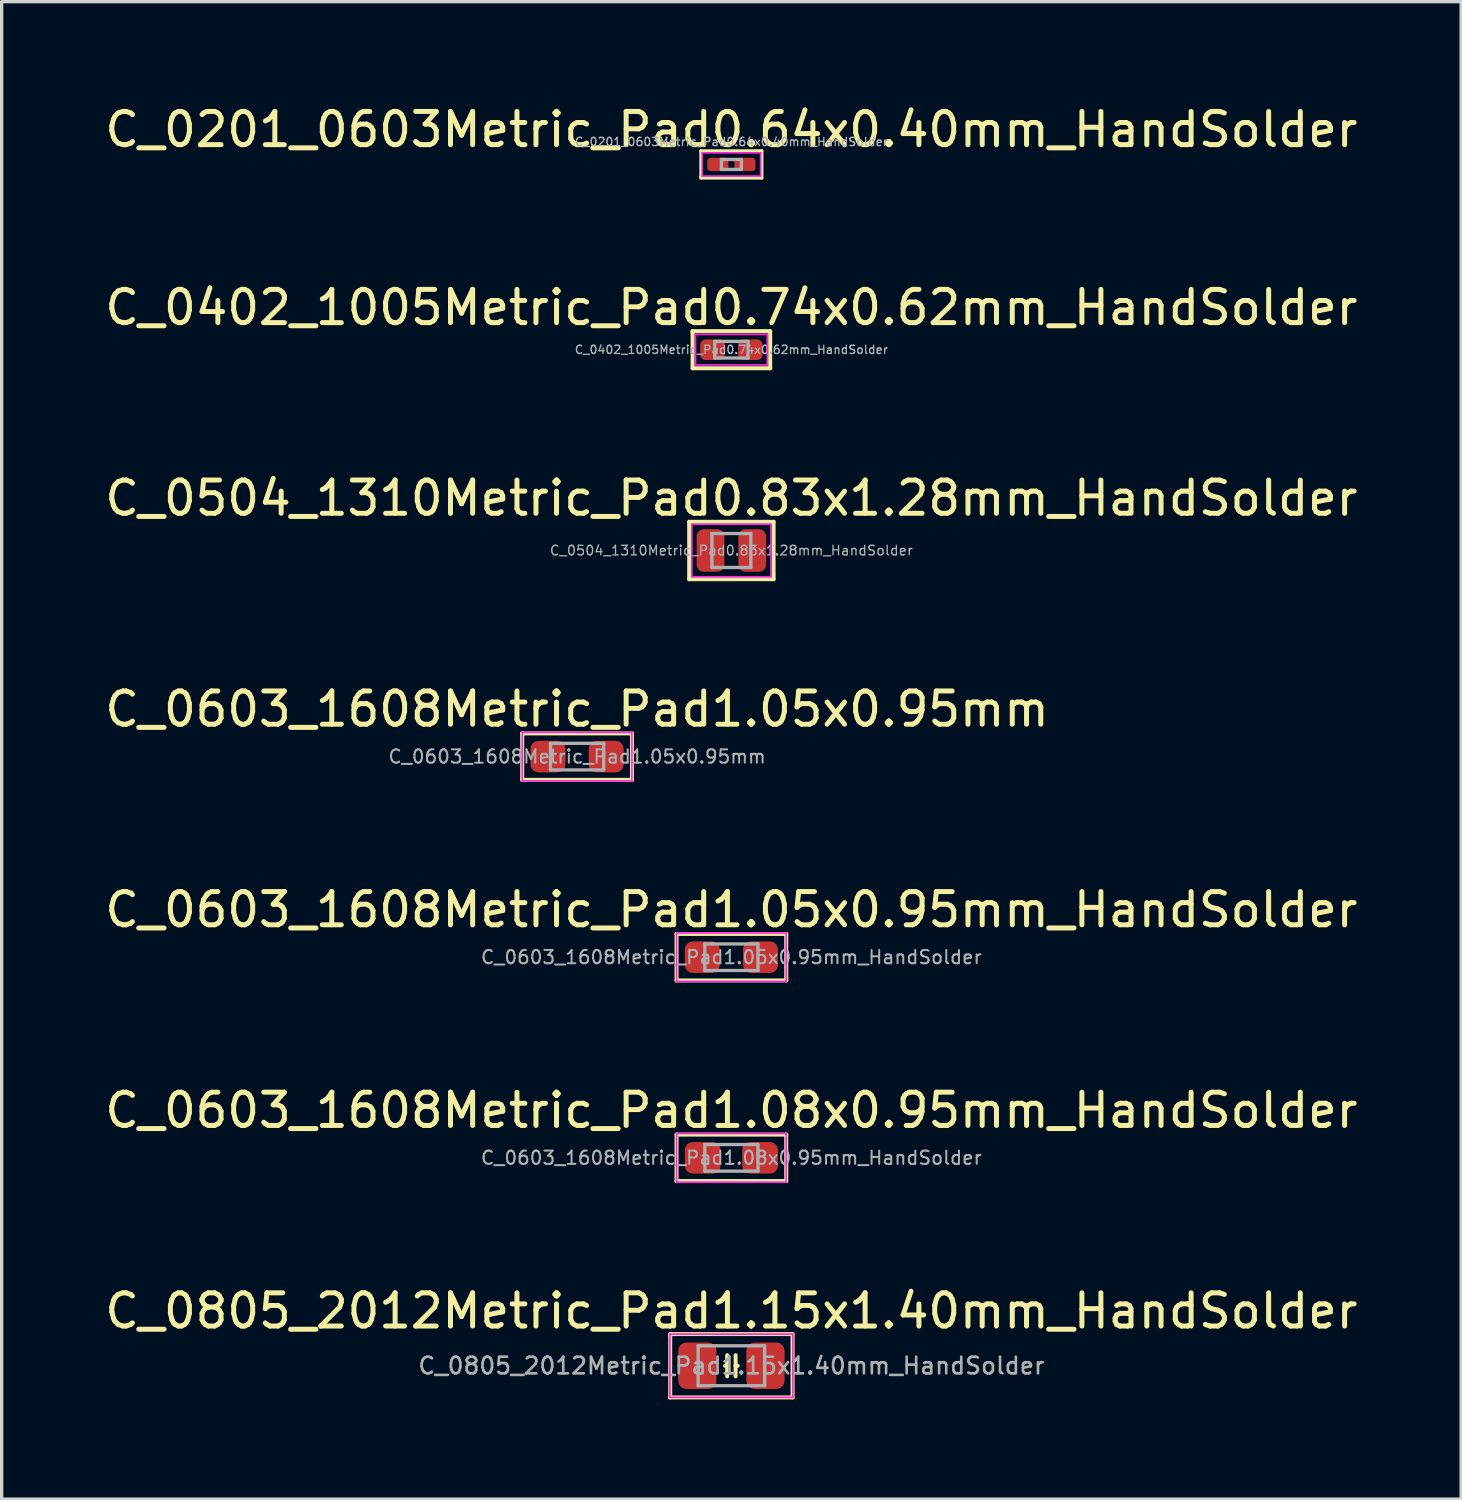
<source format=kicad_pcb>
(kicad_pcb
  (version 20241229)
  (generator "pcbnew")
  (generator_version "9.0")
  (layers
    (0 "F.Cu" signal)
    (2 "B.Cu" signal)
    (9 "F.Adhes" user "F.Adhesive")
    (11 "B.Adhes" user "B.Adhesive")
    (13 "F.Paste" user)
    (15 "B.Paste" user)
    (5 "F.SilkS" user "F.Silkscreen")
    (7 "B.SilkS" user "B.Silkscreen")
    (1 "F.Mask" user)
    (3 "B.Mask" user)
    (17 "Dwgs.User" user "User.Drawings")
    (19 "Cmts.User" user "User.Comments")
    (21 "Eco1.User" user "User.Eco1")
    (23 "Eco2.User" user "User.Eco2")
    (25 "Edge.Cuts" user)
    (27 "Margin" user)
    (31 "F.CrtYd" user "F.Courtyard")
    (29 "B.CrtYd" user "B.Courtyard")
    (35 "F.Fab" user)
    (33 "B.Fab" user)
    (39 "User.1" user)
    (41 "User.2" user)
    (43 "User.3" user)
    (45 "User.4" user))
  (footprint "C_0603_1608Metric_Pad1.08x0.95mm_HandSolder"
    (layer "F.Cu")
    (at 18.958 31.79)
    (property "Reference" "C_0603_1608Metric_Pad1.08x0.95mm_HandSolder" (at 0 -1.43 0) (layer "F.SilkS") (effects (font (size 1 1) (thickness 0.15))))
    (attr smd)
    (fp_line (start -1.651 -0.699) (end -1.651 0.699) (stroke (width 0.12) (type solid)) (layer "F.SilkS"))
    (fp_line (start -1.651 0.699) (end 1.651 0.699) (stroke (width 0.12) (type solid)) (layer "F.SilkS"))
    (fp_line (start 1.651 -0.699) (end -1.651 -0.699) (stroke (width 0.12) (type solid)) (layer "F.SilkS"))
    (fp_line (start 1.651 0.699) (end 1.651 -0.699) (stroke (width 0.12) (type solid)) (layer "F.SilkS"))
    (fp_line (start -1.65 -0.73) (end 1.65 -0.73) (stroke (width 0.05) (type solid)) (layer "F.CrtYd"))
    (fp_line (start -1.65 0.73) (end -1.65 -0.73) (stroke (width 0.05) (type solid)) (layer "F.CrtYd"))
    (fp_line (start 1.65 -0.73) (end 1.65 0.73) (stroke (width 0.05) (type solid)) (layer "F.CrtYd"))
    (fp_line (start 1.65 0.73) (end -1.65 0.73) (stroke (width 0.05) (type solid)) (layer "F.CrtYd"))
    (fp_line (start -0.8 -0.4) (end 0.8 -0.4) (stroke (width 0.1) (type solid)) (layer "F.Fab"))
    (fp_line (start -0.8 0.4) (end -0.8 -0.4) (stroke (width 0.1) (type solid)) (layer "F.Fab"))
    (fp_line (start 0.8 -0.4) (end 0.8 0.4) (stroke (width 0.1) (type solid)) (layer "F.Fab"))
    (fp_line (start 0.8 0.4) (end -0.8 0.4) (stroke (width 0.1) (type solid)) (layer "F.Fab"))
    (fp_text user "${REFERENCE}" (at 0 0 0) (layer "F.Fab") (effects (font (size 0.4 0.4) (thickness 0.06))))
    (pad "1" smd roundrect (at -0.863 0) (size 1.075 0.95) (layers "F.Cu" "F.Mask" "F.Paste") (roundrect_rratio 0.25))
    (pad "2" smd roundrect (at 0.863 0) (size 1.075 0.95) (layers "F.Cu" "F.Mask" "F.Paste") (roundrect_rratio 0.25)))
  (footprint "C_0201_0603Metric_Pad0.64x0.40mm_HandSolder"
    (layer "F.Cu")
    (at 18.958 1.898)
    (property "Reference" "C_0201_0603Metric_Pad0.64x0.40mm_HandSolder" (at 0 -1.05 0) (layer "F.SilkS") (effects (font (size 1 1) (thickness 0.15))))
    (attr smd)
    (fp_line (start -0.914 -0.406) (end -0.914 0.356) (stroke (width 0.1) (type solid)) (layer "F.SilkS"))
    (fp_line (start -0.914 0.356) (end -0.914 0.406) (stroke (width 0.1) (type solid)) (layer "F.SilkS"))
    (fp_line (start -0.914 0.406) (end 0.914 0.406) (stroke (width 0.1) (type solid)) (layer "F.SilkS"))
    (fp_line (start 0.914 -0.406) (end -0.914 -0.406) (stroke (width 0.1) (type solid)) (layer "F.SilkS"))
    (fp_line (start 0.914 0.406) (end 0.914 -0.406) (stroke (width 0.1) (type solid)) (layer "F.SilkS"))
    (fp_line (start -0.88 -0.35) (end 0.88 -0.35) (stroke (width 0.05) (type solid)) (layer "F.CrtYd"))
    (fp_line (start -0.88 0.35) (end -0.88 -0.35) (stroke (width 0.05) (type solid)) (layer "F.CrtYd"))
    (fp_line (start 0.88 -0.35) (end 0.88 0.35) (stroke (width 0.05) (type solid)) (layer "F.CrtYd"))
    (fp_line (start 0.88 0.35) (end -0.88 0.35) (stroke (width 0.05) (type solid)) (layer "F.CrtYd"))
    (fp_line (start -0.3 -0.15) (end 0.3 -0.15) (stroke (width 0.1) (type solid)) (layer "F.Fab"))
    (fp_line (start -0.3 0.15) (end -0.3 -0.15) (stroke (width 0.1) (type solid)) (layer "F.Fab"))
    (fp_line (start 0.3 -0.15) (end 0.3 0.15) (stroke (width 0.1) (type solid)) (layer "F.Fab"))
    (fp_line (start 0.3 0.15) (end -0.3 0.15) (stroke (width 0.1) (type solid)) (layer "F.Fab"))
    (fp_text user "${REFERENCE}" (at 0 -0.68 0) (layer "F.Fab") (effects (font (size 0.25 0.25) (thickness 0.04))))
    (pad "" smd roundrect (at -0.432 0) (size 0.458 0.36) (layers "F.Paste") (roundrect_rratio 0.25))
    (pad "" smd roundrect (at 0.432 0) (size 0.458 0.36) (layers "F.Paste") (roundrect_rratio 0.25))
    (pad "1" smd roundrect (at -0.407 0) (size 0.635 0.4) (layers "F.Cu" "F.Mask") (roundrect_rratio 0.25))
    (pad "2" smd roundrect (at 0.407 0) (size 0.635 0.4) (layers "F.Cu" "F.Mask") (roundrect_rratio 0.25)))
  (footprint "C_0603_1608Metric_Pad1.05x0.95mm"
    (layer "F.Cu")
    (at 14.315 19.717)
    (property "Reference" "C_0603_1608Metric_Pad1.05x0.95mm" (at 0 -1.43 0) (layer "F.SilkS") (effects (font (size 1 1) (thickness 0.15))))
    (attr smd)
    (fp_line (start -1.651 -0.699) (end -1.651 0.699) (stroke (width 0.12) (type solid)) (layer "F.SilkS"))
    (fp_line (start -1.651 0.699) (end 1.651 0.699) (stroke (width 0.12) (type solid)) (layer "F.SilkS"))
    (fp_line (start 1.651 -0.699) (end -1.651 -0.699) (stroke (width 0.12) (type solid)) (layer "F.SilkS"))
    (fp_line (start 1.651 0.699) (end 1.651 -0.699) (stroke (width 0.12) (type solid)) (layer "F.SilkS"))
    (fp_line (start -1.65 -0.73) (end 1.65 -0.73) (stroke (width 0.05) (type solid)) (layer "F.CrtYd"))
    (fp_line (start -1.65 0.73) (end -1.65 -0.73) (stroke (width 0.05) (type solid)) (layer "F.CrtYd"))
    (fp_line (start 1.65 -0.73) (end 1.65 0.73) (stroke (width 0.05) (type solid)) (layer "F.CrtYd"))
    (fp_line (start 1.65 0.73) (end -1.65 0.73) (stroke (width 0.05) (type solid)) (layer "F.CrtYd"))
    (fp_line (start -0.8 -0.4) (end 0.8 -0.4) (stroke (width 0.1) (type solid)) (layer "F.Fab"))
    (fp_line (start -0.8 0.4) (end -0.8 -0.4) (stroke (width 0.1) (type solid)) (layer "F.Fab"))
    (fp_line (start 0.8 -0.4) (end 0.8 0.4) (stroke (width 0.1) (type solid)) (layer "F.Fab"))
    (fp_line (start 0.8 0.4) (end -0.8 0.4) (stroke (width 0.1) (type solid)) (layer "F.Fab"))
    (fp_text user "${REFERENCE}" (at 0 0 0) (layer "F.Fab") (effects (font (size 0.4 0.4) (thickness 0.06))))
    (pad "1" smd roundrect (at -0.875 0) (size 1.05 0.95) (layers "F.Cu" "F.Mask" "F.Paste") (roundrect_rratio 0.25))
    (pad "2" smd roundrect (at 0.875 0) (size 1.05 0.95) (layers "F.Cu" "F.Mask" "F.Paste") (roundrect_rratio 0.25)))
  (footprint "C_0805_2012Metric_Pad1.15x1.40mm_HandSolder"
    (layer "F.Cu")
    (at 18.958 38.047)
    (property "Reference" "C_0805_2012Metric_Pad1.15x1.40mm_HandSolder" (at 0 -1.65 0) (layer "F.SilkS") (effects (font (size 1 1) (thickness 0.15))))
    (attr smd)
    (fp_line (start -1.841 -0.953) (end -1.841 -0.889) (stroke (width 0.12) (type solid)) (layer "F.SilkS"))
    (fp_line (start -1.841 -0.889) (end -1.841 0.953) (stroke (width 0.12) (type solid)) (layer "F.SilkS"))
    (fp_line (start -1.841 0.953) (end 1.841 0.953) (stroke (width 0.12) (type solid)) (layer "F.SilkS"))
    (fp_line (start -0.127 -0.318) (end -0.127 0.318) (stroke (width 0.12) (type solid)) (layer "F.SilkS"))
    (fp_line (start -0.127 0) (end -0.191 0) (stroke (width 0.12) (type solid)) (layer "F.SilkS"))
    (fp_line (start 0.127 0) (end 0.191 0) (stroke (width 0.12) (type solid)) (layer "F.SilkS"))
    (fp_line (start 0.127 0.318) (end 0.127 -0.318) (stroke (width 0.12) (type solid)) (layer "F.SilkS"))
    (fp_line (start 1.841 -0.953) (end -1.841 -0.953) (stroke (width 0.12) (type solid)) (layer "F.SilkS"))
    (fp_line (start 1.841 0.953) (end 1.841 -0.953) (stroke (width 0.12) (type solid)) (layer "F.SilkS"))
    (fp_line (start -1.85 -0.95) (end 1.85 -0.95) (stroke (width 0.05) (type solid)) (layer "F.CrtYd"))
    (fp_line (start -1.85 0.95) (end -1.85 -0.95) (stroke (width 0.05) (type solid)) (layer "F.CrtYd"))
    (fp_line (start 1.85 -0.95) (end 1.85 0.95) (stroke (width 0.05) (type solid)) (layer "F.CrtYd"))
    (fp_line (start 1.85 0.95) (end -1.85 0.95) (stroke (width 0.05) (type solid)) (layer "F.CrtYd"))
    (fp_line (start -1 -0.6) (end 1 -0.6) (stroke (width 0.1) (type solid)) (layer "F.Fab"))
    (fp_line (start -1 0.6) (end -1 -0.6) (stroke (width 0.1) (type solid)) (layer "F.Fab"))
    (fp_line (start 1 -0.6) (end 1 0.6) (stroke (width 0.1) (type solid)) (layer "F.Fab"))
    (fp_line (start 1 0.6) (end -1 0.6) (stroke (width 0.1) (type solid)) (layer "F.Fab"))
    (fp_text user "${REFERENCE}" (at 0 0 0) (layer "F.Fab") (effects (font (size 0.5 0.5) (thickness 0.08))))
    (pad "1" smd roundrect (at -1.025 0) (size 1.15 1.4) (layers "F.Cu" "F.Mask" "F.Paste") (roundrect_rratio 0.217))
    (pad "2" smd roundrect (at 1.025 0) (size 1.15 1.4) (layers "F.Cu" "F.Mask" "F.Paste") (roundrect_rratio 0.217)))
  (footprint "C_0603_1608Metric_Pad1.05x0.95mm_HandSolder"
    (layer "F.Cu")
    (at 18.958 25.753)
    (property "Reference" "C_0603_1608Metric_Pad1.05x0.95mm_HandSolder" (at 0 -1.43 0) (layer "F.SilkS") (effects (font (size 1 1) (thickness 0.15))))
    (attr smd)
    (fp_line (start -1.651 -0.699) (end -1.651 0.699) (stroke (width 0.12) (type solid)) (layer "F.SilkS"))
    (fp_line (start -1.651 0.699) (end 1.651 0.699) (stroke (width 0.12) (type solid)) (layer "F.SilkS"))
    (fp_line (start 1.651 -0.699) (end -1.651 -0.699) (stroke (width 0.12) (type solid)) (layer "F.SilkS"))
    (fp_line (start 1.651 0.699) (end 1.651 -0.699) (stroke (width 0.12) (type solid)) (layer "F.SilkS"))
    (fp_line (start -1.65 -0.73) (end 1.65 -0.73) (stroke (width 0.05) (type solid)) (layer "F.CrtYd"))
    (fp_line (start -1.65 0.73) (end -1.65 -0.73) (stroke (width 0.05) (type solid)) (layer "F.CrtYd"))
    (fp_line (start 1.65 -0.73) (end 1.65 0.73) (stroke (width 0.05) (type solid)) (layer "F.CrtYd"))
    (fp_line (start 1.65 0.73) (end -1.65 0.73) (stroke (width 0.05) (type solid)) (layer "F.CrtYd"))
    (fp_line (start -0.8 -0.4) (end 0.8 -0.4) (stroke (width 0.1) (type solid)) (layer "F.Fab"))
    (fp_line (start -0.8 0.4) (end -0.8 -0.4) (stroke (width 0.1) (type solid)) (layer "F.Fab"))
    (fp_line (start 0.8 -0.4) (end 0.8 0.4) (stroke (width 0.1) (type solid)) (layer "F.Fab"))
    (fp_line (start 0.8 0.4) (end -0.8 0.4) (stroke (width 0.1) (type solid)) (layer "F.Fab"))
    (fp_text user "${REFERENCE}" (at 0 0 0) (layer "F.Fab") (effects (font (size 0.4 0.4) (thickness 0.06))))
    (pad "1" smd roundrect (at -0.875 0) (size 1.05 0.95) (layers "F.Cu" "F.Mask" "F.Paste") (roundrect_rratio 0.25))
    (pad "2" smd roundrect (at 0.875 0) (size 1.05 0.95) (layers "F.Cu" "F.Mask" "F.Paste") (roundrect_rratio 0.25)))
  (footprint "C_0402_1005Metric_Pad0.74x0.62mm_HandSolder"
    (layer "F.Cu")
    (at 18.958 7.473)
    (property "Reference" "C_0402_1005Metric_Pad0.74x0.62mm_HandSolder" (at 0 -1.27 0) (layer "F.SilkS") (effects (font (size 1 1) (thickness 0.15))))
    (attr smd)
    (fp_line (start -1.168 -0.559) (end 1.168 -0.559) (stroke (width 0.12) (type solid)) (layer "F.SilkS"))
    (fp_line (start -1.168 -0.508) (end -1.168 -0.559) (stroke (width 0.12) (type solid)) (layer "F.SilkS"))
    (fp_line (start -1.168 -0.508) (end -1.168 -0.051) (stroke (width 0.12) (type solid)) (layer "F.SilkS"))
    (fp_line (start -1.168 0.559) (end -1.168 -0.051) (stroke (width 0.12) (type solid)) (layer "F.SilkS"))
    (fp_line (start 1.168 -0.559) (end 1.168 0.559) (stroke (width 0.12) (type solid)) (layer "F.SilkS"))
    (fp_line (start 1.168 0.559) (end -1.168 0.559) (stroke (width 0.12) (type solid)) (layer "F.SilkS"))
    (fp_line (start -1.08 -0.46) (end 1.08 -0.46) (stroke (width 0.05) (type solid)) (layer "F.CrtYd"))
    (fp_line (start -1.08 0.46) (end -1.08 -0.46) (stroke (width 0.05) (type solid)) (layer "F.CrtYd"))
    (fp_line (start 1.08 -0.46) (end 1.08 0.46) (stroke (width 0.05) (type solid)) (layer "F.CrtYd"))
    (fp_line (start 1.08 0.46) (end -1.08 0.46) (stroke (width 0.05) (type solid)) (layer "F.CrtYd"))
    (fp_line (start -0.5 -0.25) (end 0.5 -0.25) (stroke (width 0.1) (type solid)) (layer "F.Fab"))
    (fp_line (start -0.5 0.25) (end -0.5 -0.25) (stroke (width 0.1) (type solid)) (layer "F.Fab"))
    (fp_line (start 0.5 -0.25) (end 0.5 0.25) (stroke (width 0.1) (type solid)) (layer "F.Fab"))
    (fp_line (start 0.5 0.25) (end -0.5 0.25) (stroke (width 0.1) (type solid)) (layer "F.Fab"))
    (fp_text user "${REFERENCE}" (at 0 0 0) (layer "F.Fab") (effects (font (size 0.25 0.25) (thickness 0.04))))
    (pad "1" smd roundrect (at -0.568 0) (size 0.735 0.62) (layers "F.Cu" "F.Mask" "F.Paste") (roundrect_rratio 0.25))
    (pad "2" smd roundrect (at 0.568 0) (size 0.735 0.62) (layers "F.Cu" "F.Mask" "F.Paste") (roundrect_rratio 0.25)))
  (footprint "C_0504_1310Metric_Pad0.83x1.28mm_HandSolder"
    (layer "F.Cu")
    (at 18.958 13.515)
    (property "Reference" "C_0504_1310Metric_Pad0.83x1.28mm_HandSolder" (at 0 -1.575 0) (layer "F.SilkS") (effects (font (size 1 1) (thickness 0.15))))
    (attr smd)
    (fp_line (start -1.27 -0.864) (end -1.27 0.864) (stroke (width 0.12) (type solid)) (layer "F.SilkS"))
    (fp_line (start -1.27 0.864) (end 1.27 0.864) (stroke (width 0.12) (type solid)) (layer "F.SilkS"))
    (fp_line (start 1.27 -0.864) (end -1.27 -0.864) (stroke (width 0.12) (type solid)) (layer "F.SilkS"))
    (fp_line (start 1.27 0.864) (end 1.27 -0.864) (stroke (width 0.12) (type solid)) (layer "F.SilkS"))
    (fp_line (start -1.19 -0.79) (end 1.19 -0.79) (stroke (width 0.05) (type solid)) (layer "F.CrtYd"))
    (fp_line (start -1.19 0.79) (end -1.19 -0.79) (stroke (width 0.05) (type solid)) (layer "F.CrtYd"))
    (fp_line (start 1.19 -0.79) (end 1.19 0.79) (stroke (width 0.05) (type solid)) (layer "F.CrtYd"))
    (fp_line (start 1.19 0.79) (end -1.19 0.79) (stroke (width 0.05) (type solid)) (layer "F.CrtYd"))
    (fp_line (start -0.585 -0.51) (end 0.585 -0.51) (stroke (width 0.1) (type solid)) (layer "F.Fab"))
    (fp_line (start -0.585 0.51) (end -0.585 -0.51) (stroke (width 0.1) (type solid)) (layer "F.Fab"))
    (fp_line (start 0.585 -0.51) (end 0.585 0.51) (stroke (width 0.1) (type solid)) (layer "F.Fab"))
    (fp_line (start 0.585 0.51) (end -0.585 0.51) (stroke (width 0.1) (type solid)) (layer "F.Fab"))
    (fp_text user "${REFERENCE}" (at 0 0 0) (layer "F.Fab") (effects (font (size 0.29 0.29) (thickness 0.04))))
    (pad "1" smd roundrect (at -0.627 0) (size 0.835 1.28) (layers "F.Cu" "F.Mask" "F.Paste") (roundrect_rratio 0.25))
    (pad "2" smd roundrect (at 0.627 0) (size 0.835 1.28) (layers "F.Cu" "F.Mask" "F.Paste") (roundrect_rratio 0.25)))
  (gr_rect
    (start -3 -3)
    (end 40.917 42.059)
    (stroke (width 0.1) (type default))
    (fill no)
    (layer "Edge.Cuts")))
</source>
